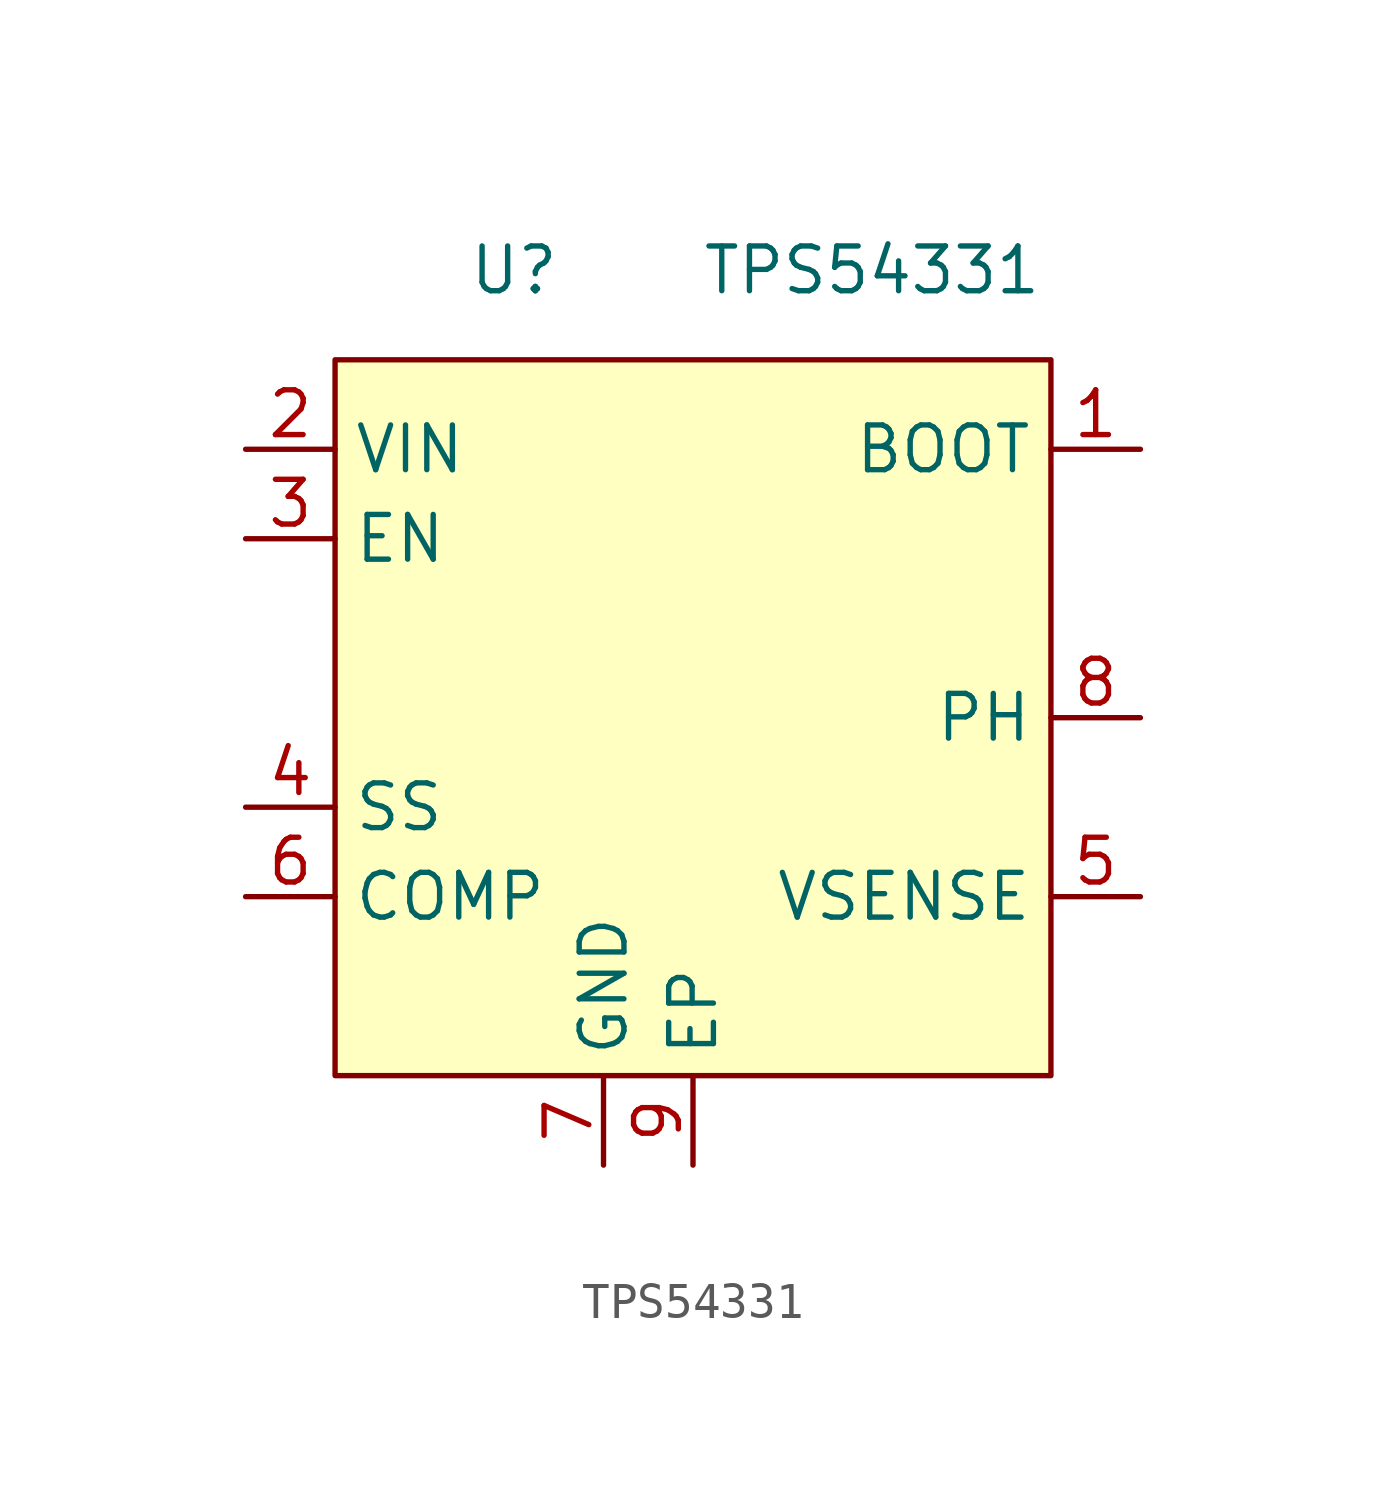
<source format=kicad_sym>
(kicad_symbol_lib
  (version 20220914)
  (generator kicad_symbol_editor)
  (symbol "TPS54331"
    (property "Reference" "U"
      (at -5.08 12.7 0)
      (effects (font (size 1.27 1.27))))
    (property "Value" "TPS54331"
      (at 5.08 12.7 0)
      (effects (font (size 1.27 1.27))))
    (symbol "TPS54331_0_1"
      (rectangle (start -10.16 10.16) (end 10.16 -10.16) (stroke (width 0.152) (type default)) (fill (type background))))
    (symbol "TPS54331_1_1"
      (pin input line (at 12.7 7.62 180) (length 2.54) (name "BOOT" (effects (font (size 1.27 1.27)))) (number "1" (effects (font (size 1.27 1.27)))))
      (pin power_in line (at -12.7 7.62 0) (length 2.54) (name "VIN" (effects (font (size 1.27 1.27)))) (number "2" (effects (font (size 1.27 1.27)))))
      (pin input line (at -12.7 5.08 0) (length 2.54) (name "EN" (effects (font (size 1.27 1.27)))) (number "3" (effects (font (size 1.27 1.27)))))
      (pin input line (at -12.7 -2.54 0) (length 2.54) (name "SS" (effects (font (size 1.27 1.27)))) (number "4" (effects (font (size 1.27 1.27)))))
      (pin input line (at 12.7 -5.08 180) (length 2.54) (name "VSENSE" (effects (font (size 1.27 1.27)))) (number "5" (effects (font (size 1.27 1.27)))))
      (pin input line (at -12.7 -5.08 0) (length 2.54) (name "COMP" (effects (font (size 1.27 1.27)))) (number "6" (effects (font (size 1.27 1.27)))))
      (pin power_in line (at -2.54 -12.7 90) (length 2.54) (name "GND" (effects (font (size 1.27 1.27)))) (number "7" (effects (font (size 1.27 1.27)))))
      (pin output line (at 12.7 0 180) (length 2.54) (name "PH" (effects (font (size 1.27 1.27)))) (number "8" (effects (font (size 1.27 1.27)))))
      (pin power_in line (at 0 -12.7 90) (length 2.54) (name "EP" (effects (font (size 1.27 1.27)))) (number "9" (effects (font (size 1.27 1.27))))))))
</source>
